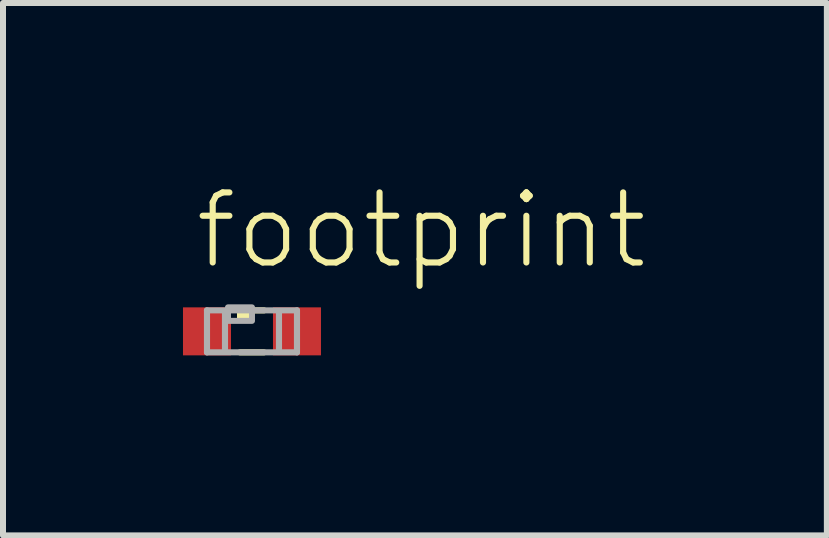
<source format=kicad_pcb>
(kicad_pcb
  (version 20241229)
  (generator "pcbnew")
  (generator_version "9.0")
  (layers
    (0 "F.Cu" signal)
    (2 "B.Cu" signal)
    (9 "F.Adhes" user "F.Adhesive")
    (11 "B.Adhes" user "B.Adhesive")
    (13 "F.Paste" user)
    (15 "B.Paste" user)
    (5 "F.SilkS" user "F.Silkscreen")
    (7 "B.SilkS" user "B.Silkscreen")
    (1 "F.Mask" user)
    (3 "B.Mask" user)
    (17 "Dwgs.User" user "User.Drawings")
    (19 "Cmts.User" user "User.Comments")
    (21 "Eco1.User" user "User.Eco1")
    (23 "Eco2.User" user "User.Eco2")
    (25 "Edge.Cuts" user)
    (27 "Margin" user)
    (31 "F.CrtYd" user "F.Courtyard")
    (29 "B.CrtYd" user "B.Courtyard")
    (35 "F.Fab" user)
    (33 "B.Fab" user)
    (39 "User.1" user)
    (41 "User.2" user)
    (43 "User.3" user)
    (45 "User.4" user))
  (footprint "footprint"
    (layer "F.Cu")
    (at 1.15 2.473)
    (property "Reference" "footprint" (at -1 -1 0) (layer "F.SilkS") (effects (font (size 1.168 1.168) (thickness 0.102)) (justify left bottom)))
    (fp_line (start -0.2 -0.35) (end 0.2 -0.35) (stroke (width 0.102) (type solid)) (layer "F.SilkS"))
    (fp_line (start -0.2 0.35) (end 0.2 0.35) (stroke (width 0.102) (type solid)) (layer "F.SilkS"))
    (fp_poly (pts (xy -0.25 -0.175) (xy 0 -0.175) (xy 0 -0.4) (xy -0.25 -0.4)) (stroke (width 0) (type solid)) (fill yes) (layer "F.SilkS"))
    (fp_line (start -0.75 -0.35) (end 0.75 -0.35) (stroke (width 0.102) (type solid)) (layer "F.Fab"))
    (fp_line (start -0.75 0.35) (end -0.75 -0.35) (stroke (width 0.102) (type solid)) (layer "F.Fab"))
    (fp_line (start -0.45 -0.3) (end -0.45 0.3) (stroke (width 0.102) (type solid)) (layer "F.Fab"))
    (fp_line (start 0.45 -0.3) (end 0.45 0.3) (stroke (width 0.102) (type solid)) (layer "F.Fab"))
    (fp_line (start 0.75 -0.35) (end 0.75 0.35) (stroke (width 0.102) (type solid)) (layer "F.Fab"))
    (fp_line (start 0.75 0.35) (end -0.75 0.35) (stroke (width 0.102) (type solid)) (layer "F.Fab"))
    (fp_poly (pts (xy -0.4 -0.175) (xy 0 -0.175) (xy 0 -0.4) (xy -0.4 -0.4)) (stroke (width 0.1) (type solid)) (fill no) (layer "F.Fab"))
    (pad "A" smd rect (at 0.75 0) (size 0.8 0.8) (layers "F.Cu" "F.Mask" "F.Paste"))
    (pad "C" smd rect (at -0.75 0) (size 0.8 0.8) (layers "F.Cu" "F.Mask" "F.Paste")))
  (gr_rect
    (start -3 -3)
    (end 10.732 5.874)
    (stroke (width 0.1) (type default))
    (fill no)
    (layer "Edge.Cuts")))
</source>
